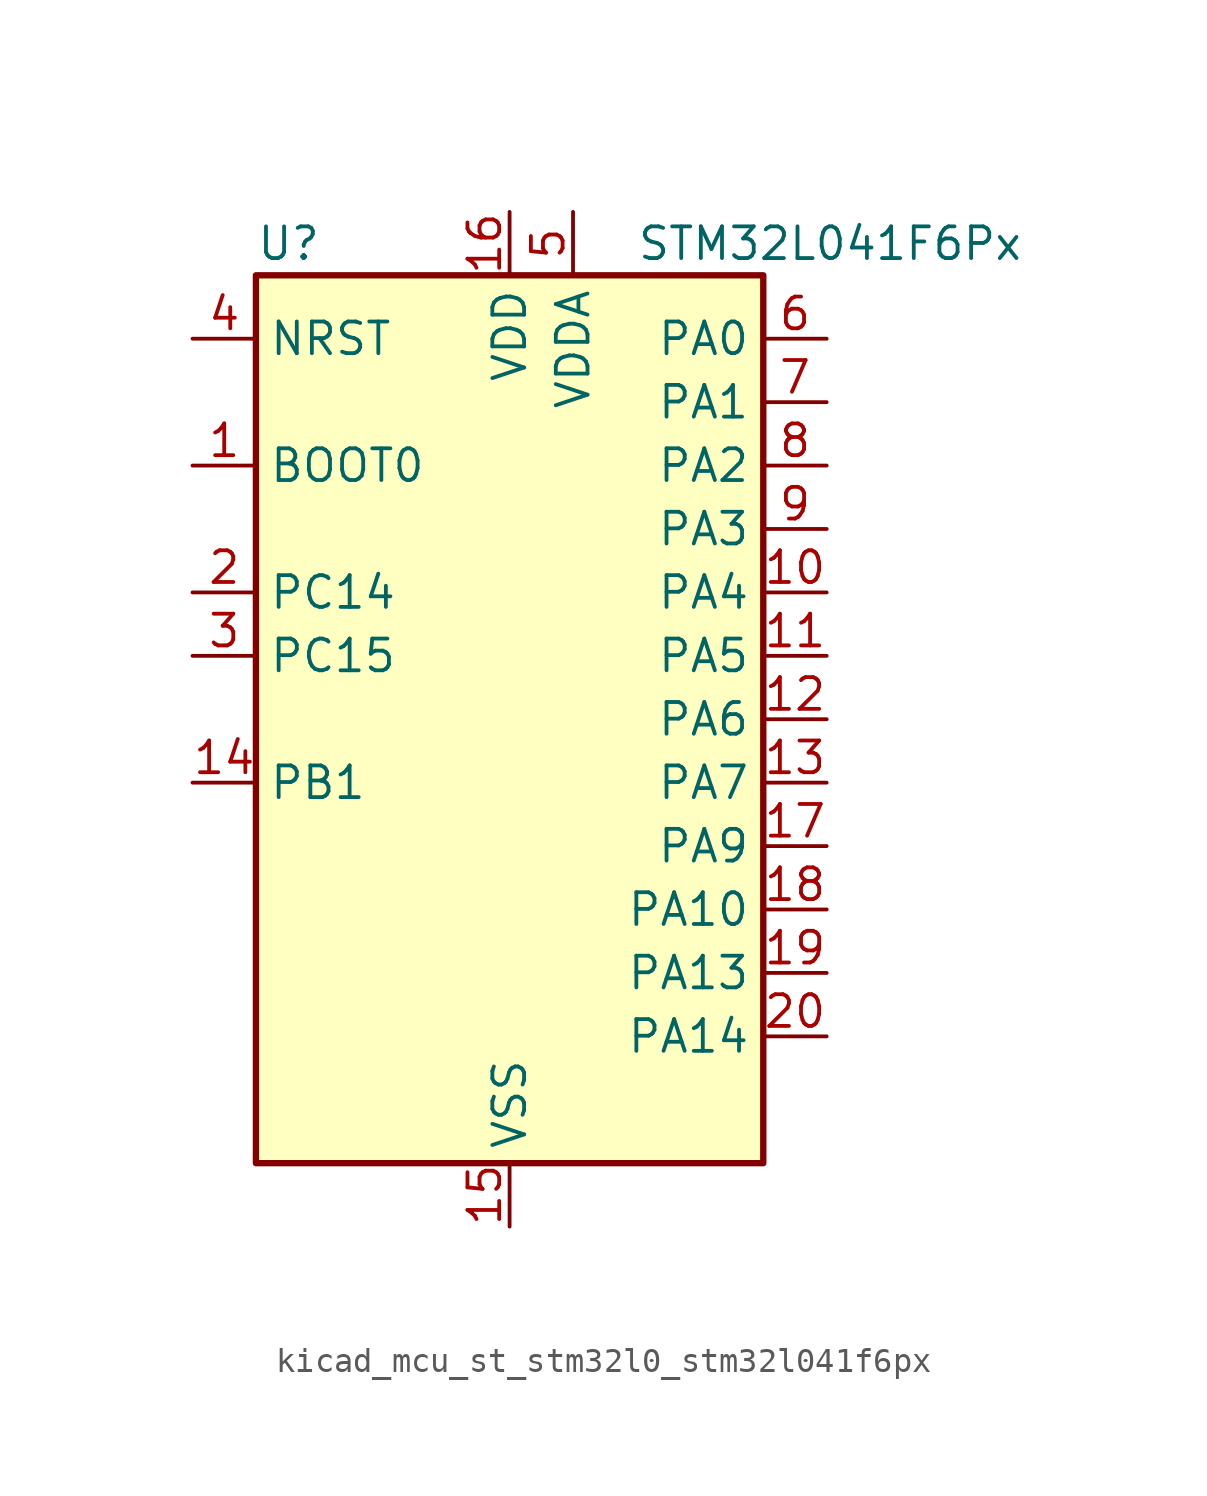
<source format=kicad_sym>
(kicad_symbol_lib
  (version 20220914)
  (generator kicad_symbol_editor)
  (symbol "kicad_mcu_st_stm32l0_stm32l041f6px"
    (property "Reference" "U"
      (at -10.16 19.05 0)
      (effects (font (size 1.27 1.27)) (justify left)))
    (property "Value" "STM32L041F6Px"
      (at 5.08 19.05 0)
      (effects (font (size 1.27 1.27)) (justify left)))
    (property "ki_locked" ""
      (at 0 0 0)
      (effects (font (size 1.27 1.27))))
    (symbol "kicad_mcu_st_stm32l0_stm32l041f6px_0_1"
      (rectangle (start -10.16 -17.78) (end 10.16 17.78) (stroke (width 0.254) (type default)) (fill (type background))))
    (symbol "kicad_mcu_st_stm32l0_stm32l041f6px_1_1"
      (pin input line (at -12.7 10.16 0) (length 2.54) (name "BOOT0" (effects (font (size 1.27 1.27)))) (number "1" (effects (font (size 1.27 1.27)))))
      (pin bidirectional line (at 12.7 5.08 180) (length 2.54) (name "PA4" (effects (font (size 1.27 1.27)))) (number "10" (effects (font (size 1.27 1.27)))) (alternate "ADC_IN4" bidirectional line) (alternate "COMP1_INM" bidirectional line) (alternate "COMP2_INM" bidirectional line) (alternate "LPTIM1_IN1" bidirectional line) (alternate "SPI1_NSS" bidirectional line) (alternate "TIM22_ETR" bidirectional line) (alternate "USART2_CK" bidirectional line))
      (pin bidirectional line (at 12.7 2.54 180) (length 2.54) (name "PA5" (effects (font (size 1.27 1.27)))) (number "11" (effects (font (size 1.27 1.27)))) (alternate "ADC_IN5" bidirectional line) (alternate "COMP1_INM" bidirectional line) (alternate "COMP2_INM" bidirectional line) (alternate "LPTIM1_IN2" bidirectional line) (alternate "SPI1_SCK" bidirectional line) (alternate "TIM2_CH1" bidirectional line) (alternate "TIM2_ETR" bidirectional line))
      (pin bidirectional line (at 12.7 0 180) (length 2.54) (name "PA6" (effects (font (size 1.27 1.27)))) (number "12" (effects (font (size 1.27 1.27)))) (alternate "ADC_IN6" bidirectional line) (alternate "COMP1_OUT" bidirectional line) (alternate "LPTIM1_ETR" bidirectional line) (alternate "LPUART1_CTS" bidirectional line) (alternate "SPI1_MISO" bidirectional line) (alternate "TIM22_CH1" bidirectional line))
      (pin bidirectional line (at 12.7 -2.54 180) (length 2.54) (name "PA7" (effects (font (size 1.27 1.27)))) (number "13" (effects (font (size 1.27 1.27)))) (alternate "ADC_IN7" bidirectional line) (alternate "COMP2_OUT" bidirectional line) (alternate "LPTIM1_OUT" bidirectional line) (alternate "SPI1_MOSI" bidirectional line) (alternate "TIM22_CH2" bidirectional line) (alternate "USART2_CTS" bidirectional line))
      (pin bidirectional line (at -12.7 -2.54 0) (length 2.54) (name "PB1" (effects (font (size 1.27 1.27)))) (number "14" (effects (font (size 1.27 1.27)))) (alternate "ADC_IN9" bidirectional line) (alternate "LPUART1_DE" bidirectional line) (alternate "LPUART1_RTS" bidirectional line) (alternate "SPI1_MOSI" bidirectional line) (alternate "SYS_VREF_OUT_PB1" bidirectional line) (alternate "TIM2_CH4" bidirectional line) (alternate "USART2_CK" bidirectional line))
      (pin power_in line (at 0 -20.32 90) (length 2.54) (name "VSS" (effects (font (size 1.27 1.27)))) (number "15" (effects (font (size 1.27 1.27)))))
      (pin power_in line (at 0 20.32 270) (length 2.54) (name "VDD" (effects (font (size 1.27 1.27)))) (number "16" (effects (font (size 1.27 1.27)))))
      (pin bidirectional line (at 12.7 -5.08 180) (length 2.54) (name "PA9" (effects (font (size 1.27 1.27)))) (number "17" (effects (font (size 1.27 1.27)))) (alternate "I2C1_SCL" bidirectional line) (alternate "RCC_MCO" bidirectional line) (alternate "TIM22_CH1" bidirectional line) (alternate "USART2_TX" bidirectional line))
      (pin bidirectional line (at 12.7 -7.62 180) (length 2.54) (name "PA10" (effects (font (size 1.27 1.27)))) (number "18" (effects (font (size 1.27 1.27)))) (alternate "I2C1_SDA" bidirectional line) (alternate "TIM22_CH2" bidirectional line) (alternate "USART2_RX" bidirectional line))
      (pin bidirectional line (at 12.7 -10.16 180) (length 2.54) (name "PA13" (effects (font (size 1.27 1.27)))) (number "19" (effects (font (size 1.27 1.27)))) (alternate "LPTIM1_ETR" bidirectional line) (alternate "LPUART1_RX" bidirectional line) (alternate "SYS_SWDIO" bidirectional line))
      (pin bidirectional line (at -12.7 5.08 0) (length 2.54) (name "PC14" (effects (font (size 1.27 1.27)))) (number "2" (effects (font (size 1.27 1.27)))) (alternate "RCC_OSC32_IN" bidirectional line))
      (pin bidirectional line (at 12.7 -12.7 180) (length 2.54) (name "PA14" (effects (font (size 1.27 1.27)))) (number "20" (effects (font (size 1.27 1.27)))) (alternate "I2C1_SMBA" bidirectional line) (alternate "LPTIM1_OUT" bidirectional line) (alternate "LPUART1_TX" bidirectional line) (alternate "SYS_SWCLK" bidirectional line) (alternate "USART2_TX" bidirectional line))
      (pin bidirectional line (at -12.7 2.54 0) (length 2.54) (name "PC15" (effects (font (size 1.27 1.27)))) (number "3" (effects (font (size 1.27 1.27)))) (alternate "RCC_OSC32_OUT" bidirectional line))
      (pin input line (at -12.7 15.24 0) (length 2.54) (name "NRST" (effects (font (size 1.27 1.27)))) (number "4" (effects (font (size 1.27 1.27)))))
      (pin power_in line (at 2.54 20.32 270) (length 2.54) (name "VDDA" (effects (font (size 1.27 1.27)))) (number "5" (effects (font (size 1.27 1.27)))))
      (pin bidirectional line (at 12.7 15.24 180) (length 2.54) (name "PA0" (effects (font (size 1.27 1.27)))) (number "6" (effects (font (size 1.27 1.27)))) (alternate "ADC_IN0" bidirectional line) (alternate "COMP1_INM" bidirectional line) (alternate "COMP1_OUT" bidirectional line) (alternate "LPTIM1_IN1" bidirectional line) (alternate "RCC_CK_IN" bidirectional line) (alternate "RTC_TAMP2" bidirectional line) (alternate "SYS_WKUP1" bidirectional line) (alternate "TIM2_CH1" bidirectional line) (alternate "TIM2_ETR" bidirectional line) (alternate "USART2_CTS" bidirectional line))
      (pin bidirectional line (at 12.7 12.7 180) (length 2.54) (name "PA1" (effects (font (size 1.27 1.27)))) (number "7" (effects (font (size 1.27 1.27)))) (alternate "ADC_IN1" bidirectional line) (alternate "COMP1_INP" bidirectional line) (alternate "I2C1_SMBA" bidirectional line) (alternate "LPTIM1_IN2" bidirectional line) (alternate "TIM21_ETR" bidirectional line) (alternate "TIM2_CH2" bidirectional line) (alternate "USART2_DE" bidirectional line) (alternate "USART2_RTS" bidirectional line))
      (pin bidirectional line (at 12.7 10.16 180) (length 2.54) (name "PA2" (effects (font (size 1.27 1.27)))) (number "8" (effects (font (size 1.27 1.27)))) (alternate "ADC_IN2" bidirectional line) (alternate "COMP2_INM" bidirectional line) (alternate "COMP2_OUT" bidirectional line) (alternate "LPUART1_TX" bidirectional line) (alternate "RTC_OUT_ALARM" bidirectional line) (alternate "RTC_OUT_CALIB" bidirectional line) (alternate "RTC_TAMP3" bidirectional line) (alternate "RTC_TS" bidirectional line) (alternate "SYS_WKUP3" bidirectional line) (alternate "TIM21_CH1" bidirectional line) (alternate "TIM2_CH3" bidirectional line) (alternate "USART2_TX" bidirectional line))
      (pin bidirectional line (at 12.7 7.62 180) (length 2.54) (name "PA3" (effects (font (size 1.27 1.27)))) (number "9" (effects (font (size 1.27 1.27)))) (alternate "ADC_IN3" bidirectional line) (alternate "COMP2_INP" bidirectional line) (alternate "LPUART1_RX" bidirectional line) (alternate "TIM21_CH2" bidirectional line) (alternate "TIM2_CH4" bidirectional line) (alternate "USART2_RX" bidirectional line)))))
</source>
